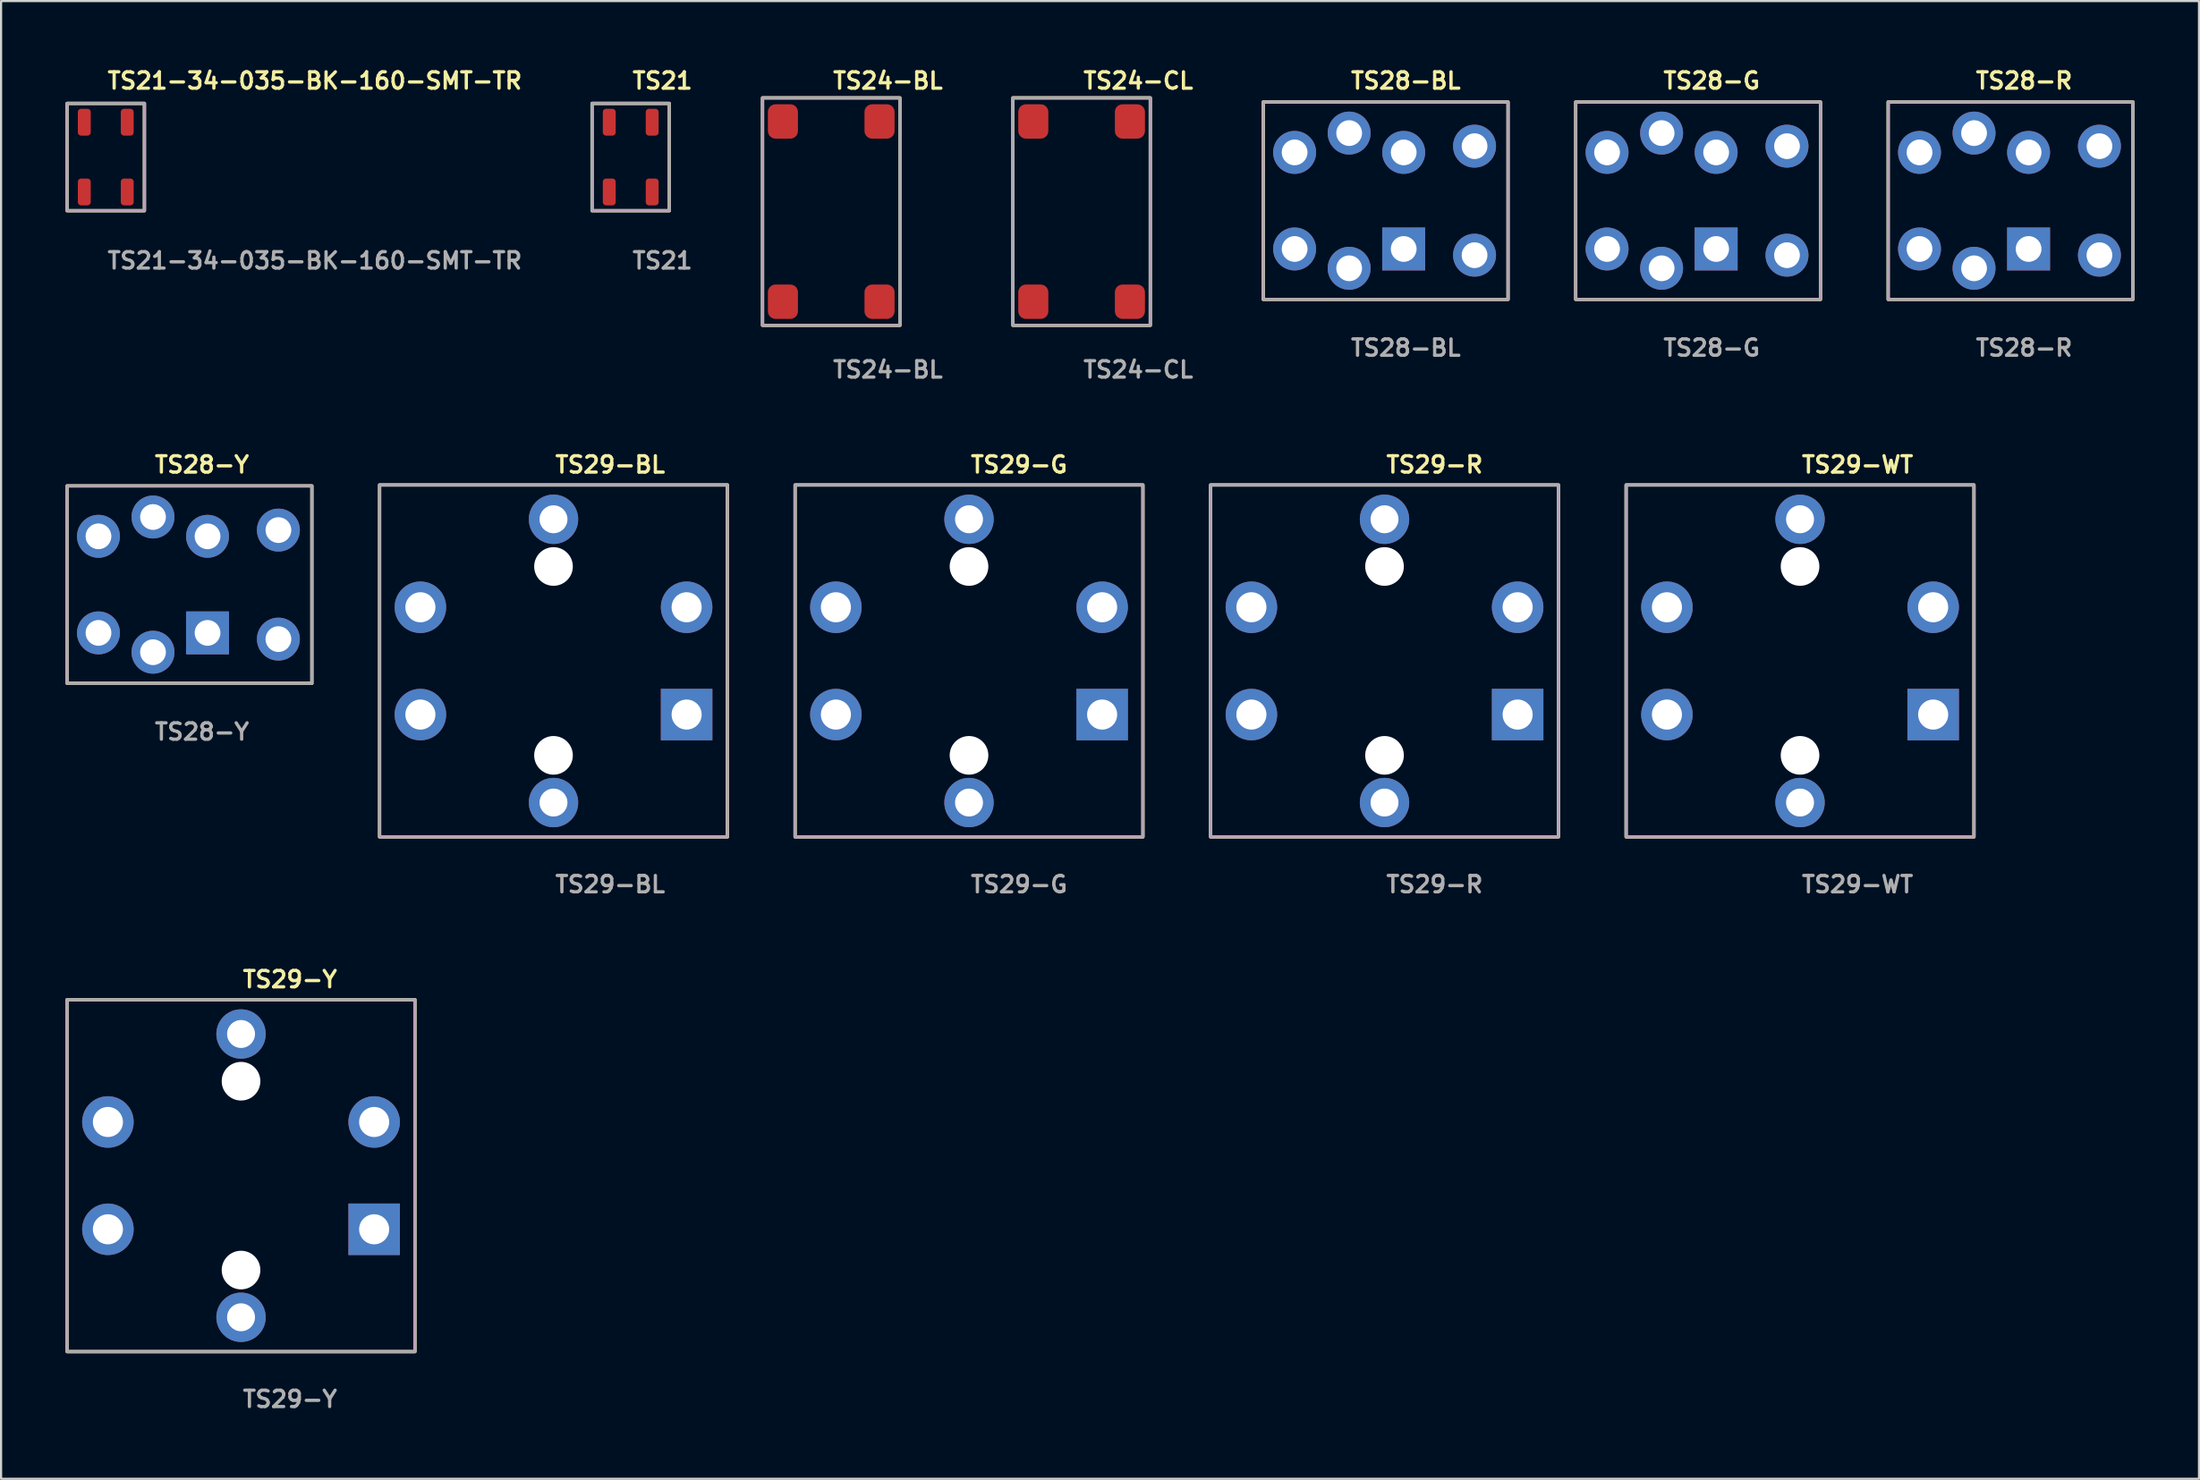
<source format=kicad_pcb>
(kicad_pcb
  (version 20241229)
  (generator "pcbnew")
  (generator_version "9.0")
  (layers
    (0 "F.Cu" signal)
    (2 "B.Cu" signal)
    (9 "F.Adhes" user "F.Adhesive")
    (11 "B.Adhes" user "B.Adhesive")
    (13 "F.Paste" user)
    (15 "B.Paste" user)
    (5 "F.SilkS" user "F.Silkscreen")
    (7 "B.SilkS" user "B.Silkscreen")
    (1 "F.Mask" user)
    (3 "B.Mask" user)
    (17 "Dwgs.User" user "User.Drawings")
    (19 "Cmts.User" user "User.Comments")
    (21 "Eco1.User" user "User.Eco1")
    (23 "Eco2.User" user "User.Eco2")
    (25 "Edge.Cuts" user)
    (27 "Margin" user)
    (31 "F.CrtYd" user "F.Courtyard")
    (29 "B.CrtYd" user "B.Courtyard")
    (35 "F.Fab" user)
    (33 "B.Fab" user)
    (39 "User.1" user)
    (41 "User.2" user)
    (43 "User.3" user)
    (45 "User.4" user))
  (footprint "TS28-G"
    (layer "F.Cu")
    (at 74.338 6.301)
    (property "Reference" "TS28-G" (at 0 -5.588 0) (unlocked yes) (layer "F.SilkS") (effects (font (size 0.762 0.762) (thickness 0.152)) (justify left)))
    (fp_rect (start -4 4.6) (end 7.4 -4.6) (stroke (width 0.152) (type solid)) (fill no) (layer "F.SilkS"))
    (fp_rect (start -4 4.6) (end 7.4 -4.6) (stroke (width 0.006) (type solid)) (fill no) (layer "F.CrtYd"))
    (fp_rect (start -4 4.6) (end 7.4 -4.6) (stroke (width 0.152) (type solid)) (fill no) (layer "F.Fab"))
    (fp_text user "${REFERENCE}" (at 0 6.858 0) (unlocked yes) (layer "F.Fab") (effects (font (size 0.762 0.762) (thickness 0.152)) (justify left)))
    (pad "1" thru_hole rect (at 2.54 2.25) (size 2 2) (drill 1.2) (layers "*.Cu" "*.Mask"))
    (pad "2" thru_hole circle (at -2.54 2.25) (size 2 2) (drill 1.2) (layers "*.Cu" "*.Mask"))
    (pad "3" thru_hole circle (at 2.54 -2.25) (size 2 2) (drill 1.2) (layers "*.Cu" "*.Mask"))
    (pad "4" thru_hole circle (at -2.54 -2.25) (size 2 2) (drill 1.2) (layers "*.Cu" "*.Mask"))
    (pad "5" thru_hole circle (at 0 3.15) (size 2 2) (drill 1.2) (layers "*.Cu" "*.Mask"))
    (pad "6" thru_hole circle (at 0 -3.15) (size 2 2) (drill 1.2) (layers "*.Cu" "*.Mask"))
    (pad "7" thru_hole circle (at 5.84 2.54) (size 2 2) (drill 1.2) (layers "*.Cu" "*.Mask"))
    (pad "8" thru_hole circle (at 5.84 -2.54) (size 2 2) (drill 1.2) (layers "*.Cu" "*.Mask")))
  (footprint "TS29-Y"
    (layer "F.Cu")
    (at 8.176 51.73)
    (property "Reference" "TS29-Y" (at 0 -9.144 0) (unlocked yes) (layer "F.SilkS") (effects (font (size 0.762 0.762) (thickness 0.152)) (justify left)))
    (fp_rect (start -8.1 8.2) (end 8.1 -8.2) (stroke (width 0.152) (type solid)) (fill no) (layer "F.SilkS"))
    (fp_rect (start -8.1 8.2) (end 8.1 -8.2) (stroke (width 0.006) (type solid)) (fill no) (layer "F.CrtYd"))
    (fp_rect (start -8.1 8.2) (end 8.1 -8.2) (stroke (width 0.152) (type solid)) (fill no) (layer "F.Fab"))
    (fp_text user "${REFERENCE}" (at 0 10.414 0) (unlocked yes) (layer "F.Fab") (effects (font (size 0.762 0.762) (thickness 0.152)) (justify left)))
    (pad "" np_thru_hole circle (at 0 -4.4) (size 1.8 1.8) (drill 1.8) (layers "*.Cu" "*.Mask"))
    (pad "" np_thru_hole circle (at 0 4.4) (size 1.8 1.8) (drill 1.8) (layers "*.Cu" "*.Mask"))
    (pad "1" thru_hole rect (at 6.2 2.5) (size 2.4 2.4) (drill 1.4) (layers "*.Cu" "*.Mask"))
    (pad "2" thru_hole circle (at -6.2 2.5) (size 2.4 2.4) (drill 1.4) (layers "*.Cu" "*.Mask"))
    (pad "3" thru_hole circle (at 6.2 -2.5) (size 2.4 2.4) (drill 1.4) (layers "*.Cu" "*.Mask"))
    (pad "4" thru_hole circle (at -6.2 -2.5) (size 2.4 2.4) (drill 1.4) (layers "*.Cu" "*.Mask"))
    (pad "5" thru_hole circle (at 0 6.6) (size 2.3 2.3) (drill 1.3) (layers "*.Cu" "*.Mask"))
    (pad "6" thru_hole circle (at 0 -6.6) (size 2.3 2.3) (drill 1.3) (layers "*.Cu" "*.Mask")))
  (footprint "TS28-BL"
    (layer "F.Cu")
    (at 59.786 6.301)
    (property "Reference" "TS28-BL" (at 0 -5.588 0) (unlocked yes) (layer "F.SilkS") (effects (font (size 0.762 0.762) (thickness 0.152)) (justify left)))
    (fp_rect (start -4 4.6) (end 7.4 -4.6) (stroke (width 0.152) (type solid)) (fill no) (layer "F.SilkS"))
    (fp_rect (start -4 4.6) (end 7.4 -4.6) (stroke (width 0.006) (type solid)) (fill no) (layer "F.CrtYd"))
    (fp_rect (start -4 4.6) (end 7.4 -4.6) (stroke (width 0.152) (type solid)) (fill no) (layer "F.Fab"))
    (fp_text user "${REFERENCE}" (at 0 6.858 0) (unlocked yes) (layer "F.Fab") (effects (font (size 0.762 0.762) (thickness 0.152)) (justify left)))
    (pad "1" thru_hole rect (at 2.54 2.25) (size 2 2) (drill 1.2) (layers "*.Cu" "*.Mask"))
    (pad "2" thru_hole circle (at -2.54 2.25) (size 2 2) (drill 1.2) (layers "*.Cu" "*.Mask"))
    (pad "3" thru_hole circle (at 2.54 -2.25) (size 2 2) (drill 1.2) (layers "*.Cu" "*.Mask"))
    (pad "4" thru_hole circle (at -2.54 -2.25) (size 2 2) (drill 1.2) (layers "*.Cu" "*.Mask"))
    (pad "5" thru_hole circle (at 0 3.15) (size 2 2) (drill 1.2) (layers "*.Cu" "*.Mask"))
    (pad "6" thru_hole circle (at 0 -3.15) (size 2 2) (drill 1.2) (layers "*.Cu" "*.Mask"))
    (pad "7" thru_hole circle (at 5.84 2.54) (size 2 2) (drill 1.2) (layers "*.Cu" "*.Mask"))
    (pad "8" thru_hole circle (at 5.84 -2.54) (size 2 2) (drill 1.2) (layers "*.Cu" "*.Mask")))
  (footprint "TS29-G"
    (layer "F.Cu")
    (at 42.081 27.746)
    (property "Reference" "TS29-G" (at 0 -9.144 0) (unlocked yes) (layer "F.SilkS") (effects (font (size 0.762 0.762) (thickness 0.152)) (justify left)))
    (fp_rect (start -8.1 8.2) (end 8.1 -8.2) (stroke (width 0.152) (type solid)) (fill no) (layer "F.SilkS"))
    (fp_rect (start -8.1 8.2) (end 8.1 -8.2) (stroke (width 0.006) (type solid)) (fill no) (layer "F.CrtYd"))
    (fp_rect (start -8.1 8.2) (end 8.1 -8.2) (stroke (width 0.152) (type solid)) (fill no) (layer "F.Fab"))
    (fp_text user "${REFERENCE}" (at 0 10.414 0) (unlocked yes) (layer "F.Fab") (effects (font (size 0.762 0.762) (thickness 0.152)) (justify left)))
    (pad "" np_thru_hole circle (at 0 -4.4) (size 1.8 1.8) (drill 1.8) (layers "*.Cu" "*.Mask"))
    (pad "" np_thru_hole circle (at 0 4.4) (size 1.8 1.8) (drill 1.8) (layers "*.Cu" "*.Mask"))
    (pad "1" thru_hole rect (at 6.2 2.5) (size 2.4 2.4) (drill 1.4) (layers "*.Cu" "*.Mask"))
    (pad "2" thru_hole circle (at -6.2 2.5) (size 2.4 2.4) (drill 1.4) (layers "*.Cu" "*.Mask"))
    (pad "3" thru_hole circle (at 6.2 -2.5) (size 2.4 2.4) (drill 1.4) (layers "*.Cu" "*.Mask"))
    (pad "4" thru_hole circle (at -6.2 -2.5) (size 2.4 2.4) (drill 1.4) (layers "*.Cu" "*.Mask"))
    (pad "5" thru_hole circle (at 0 6.6) (size 2.3 2.3) (drill 1.3) (layers "*.Cu" "*.Mask"))
    (pad "6" thru_hole circle (at 0 -6.6) (size 2.3 2.3) (drill 1.3) (layers "*.Cu" "*.Mask")))
  (footprint "TS29-WT"
    (layer "F.Cu")
    (at 80.786 27.746)
    (property "Reference" "TS29-WT" (at 0 -9.144 0) (unlocked yes) (layer "F.SilkS") (effects (font (size 0.762 0.762) (thickness 0.152)) (justify left)))
    (fp_rect (start -8.1 8.2) (end 8.1 -8.2) (stroke (width 0.152) (type solid)) (fill no) (layer "F.SilkS"))
    (fp_rect (start -8.1 8.2) (end 8.1 -8.2) (stroke (width 0.006) (type solid)) (fill no) (layer "F.CrtYd"))
    (fp_rect (start -8.1 8.2) (end 8.1 -8.2) (stroke (width 0.152) (type solid)) (fill no) (layer "F.Fab"))
    (fp_text user "${REFERENCE}" (at 0 10.414 0) (unlocked yes) (layer "F.Fab") (effects (font (size 0.762 0.762) (thickness 0.152)) (justify left)))
    (pad "" np_thru_hole circle (at 0 -4.4) (size 1.8 1.8) (drill 1.8) (layers "*.Cu" "*.Mask"))
    (pad "" np_thru_hole circle (at 0 4.4) (size 1.8 1.8) (drill 1.8) (layers "*.Cu" "*.Mask"))
    (pad "1" thru_hole rect (at 6.2 2.5) (size 2.4 2.4) (drill 1.4) (layers "*.Cu" "*.Mask"))
    (pad "2" thru_hole circle (at -6.2 2.5) (size 2.4 2.4) (drill 1.4) (layers "*.Cu" "*.Mask"))
    (pad "3" thru_hole circle (at 6.2 -2.5) (size 2.4 2.4) (drill 1.4) (layers "*.Cu" "*.Mask"))
    (pad "4" thru_hole circle (at -6.2 -2.5) (size 2.4 2.4) (drill 1.4) (layers "*.Cu" "*.Mask"))
    (pad "5" thru_hole circle (at 0 6.6) (size 2.3 2.3) (drill 1.3) (layers "*.Cu" "*.Mask"))
    (pad "6" thru_hole circle (at 0 -6.6) (size 2.3 2.3) (drill 1.3) (layers "*.Cu" "*.Mask")))
  (footprint "TS28-R"
    (layer "F.Cu")
    (at 88.89 6.301)
    (property "Reference" "TS28-R" (at 0 -5.588 0) (unlocked yes) (layer "F.SilkS") (effects (font (size 0.762 0.762) (thickness 0.152)) (justify left)))
    (fp_rect (start -4 4.6) (end 7.4 -4.6) (stroke (width 0.152) (type solid)) (fill no) (layer "F.SilkS"))
    (fp_rect (start -4 4.6) (end 7.4 -4.6) (stroke (width 0.006) (type solid)) (fill no) (layer "F.CrtYd"))
    (fp_rect (start -4 4.6) (end 7.4 -4.6) (stroke (width 0.152) (type solid)) (fill no) (layer "F.Fab"))
    (fp_text user "${REFERENCE}" (at 0 6.858 0) (unlocked yes) (layer "F.Fab") (effects (font (size 0.762 0.762) (thickness 0.152)) (justify left)))
    (pad "1" thru_hole rect (at 2.54 2.25) (size 2 2) (drill 1.2) (layers "*.Cu" "*.Mask"))
    (pad "2" thru_hole circle (at -2.54 2.25) (size 2 2) (drill 1.2) (layers "*.Cu" "*.Mask"))
    (pad "3" thru_hole circle (at 2.54 -2.25) (size 2 2) (drill 1.2) (layers "*.Cu" "*.Mask"))
    (pad "4" thru_hole circle (at -2.54 -2.25) (size 2 2) (drill 1.2) (layers "*.Cu" "*.Mask"))
    (pad "5" thru_hole circle (at 0 3.15) (size 2 2) (drill 1.2) (layers "*.Cu" "*.Mask"))
    (pad "6" thru_hole circle (at 0 -3.15) (size 2 2) (drill 1.2) (layers "*.Cu" "*.Mask"))
    (pad "7" thru_hole circle (at 5.84 2.54) (size 2 2) (drill 1.2) (layers "*.Cu" "*.Mask"))
    (pad "8" thru_hole circle (at 5.84 -2.54) (size 2 2) (drill 1.2) (layers "*.Cu" "*.Mask")))
  (footprint "TS29-BL"
    (layer "F.Cu")
    (at 22.729 27.746)
    (property "Reference" "TS29-BL" (at 0 -9.144 0) (unlocked yes) (layer "F.SilkS") (effects (font (size 0.762 0.762) (thickness 0.152)) (justify left)))
    (fp_rect (start -8.1 8.2) (end 8.1 -8.2) (stroke (width 0.152) (type solid)) (fill no) (layer "F.SilkS"))
    (fp_rect (start -8.1 8.2) (end 8.1 -8.2) (stroke (width 0.006) (type solid)) (fill no) (layer "F.CrtYd"))
    (fp_rect (start -8.1 8.2) (end 8.1 -8.2) (stroke (width 0.152) (type solid)) (fill no) (layer "F.Fab"))
    (fp_text user "${REFERENCE}" (at 0 10.414 0) (unlocked yes) (layer "F.Fab") (effects (font (size 0.762 0.762) (thickness 0.152)) (justify left)))
    (pad "" np_thru_hole circle (at 0 -4.4) (size 1.8 1.8) (drill 1.8) (layers "*.Cu" "*.Mask"))
    (pad "" np_thru_hole circle (at 0 4.4) (size 1.8 1.8) (drill 1.8) (layers "*.Cu" "*.Mask"))
    (pad "1" thru_hole rect (at 6.2 2.5) (size 2.4 2.4) (drill 1.4) (layers "*.Cu" "*.Mask"))
    (pad "2" thru_hole circle (at -6.2 2.5) (size 2.4 2.4) (drill 1.4) (layers "*.Cu" "*.Mask"))
    (pad "3" thru_hole circle (at 6.2 -2.5) (size 2.4 2.4) (drill 1.4) (layers "*.Cu" "*.Mask"))
    (pad "4" thru_hole circle (at -6.2 -2.5) (size 2.4 2.4) (drill 1.4) (layers "*.Cu" "*.Mask"))
    (pad "5" thru_hole circle (at 0 6.6) (size 2.3 2.3) (drill 1.3) (layers "*.Cu" "*.Mask"))
    (pad "6" thru_hole circle (at 0 -6.6) (size 2.3 2.3) (drill 1.3) (layers "*.Cu" "*.Mask")))
  (footprint "TS29-R"
    (layer "F.Cu")
    (at 61.433 27.746)
    (property "Reference" "TS29-R" (at 0 -9.144 0) (unlocked yes) (layer "F.SilkS") (effects (font (size 0.762 0.762) (thickness 0.152)) (justify left)))
    (fp_rect (start -8.1 8.2) (end 8.1 -8.2) (stroke (width 0.152) (type solid)) (fill no) (layer "F.SilkS"))
    (fp_rect (start -8.1 8.2) (end 8.1 -8.2) (stroke (width 0.006) (type solid)) (fill no) (layer "F.CrtYd"))
    (fp_rect (start -8.1 8.2) (end 8.1 -8.2) (stroke (width 0.152) (type solid)) (fill no) (layer "F.Fab"))
    (fp_text user "${REFERENCE}" (at 0 10.414 0) (unlocked yes) (layer "F.Fab") (effects (font (size 0.762 0.762) (thickness 0.152)) (justify left)))
    (pad "" np_thru_hole circle (at 0 -4.4) (size 1.8 1.8) (drill 1.8) (layers "*.Cu" "*.Mask"))
    (pad "" np_thru_hole circle (at 0 4.4) (size 1.8 1.8) (drill 1.8) (layers "*.Cu" "*.Mask"))
    (pad "1" thru_hole rect (at 6.2 2.5) (size 2.4 2.4) (drill 1.4) (layers "*.Cu" "*.Mask"))
    (pad "2" thru_hole circle (at -6.2 2.5) (size 2.4 2.4) (drill 1.4) (layers "*.Cu" "*.Mask"))
    (pad "3" thru_hole circle (at 6.2 -2.5) (size 2.4 2.4) (drill 1.4) (layers "*.Cu" "*.Mask"))
    (pad "4" thru_hole circle (at -6.2 -2.5) (size 2.4 2.4) (drill 1.4) (layers "*.Cu" "*.Mask"))
    (pad "5" thru_hole circle (at 0 6.6) (size 2.3 2.3) (drill 1.3) (layers "*.Cu" "*.Mask"))
    (pad "6" thru_hole circle (at 0 -6.6) (size 2.3 2.3) (drill 1.3) (layers "*.Cu" "*.Mask")))
  (footprint "TS24-CL"
    (layer "F.Cu")
    (at 47.325 6.809)
    (property "Reference" "TS24-CL" (at 0 -6.096 0) (unlocked yes) (layer "F.SilkS") (effects (font (size 0.762 0.762) (thickness 0.152)) (justify left)))
    (fp_rect (start -3.2 5.3) (end 3.2 -5.3) (stroke (width 0.152) (type solid)) (fill no) (layer "F.SilkS"))
    (fp_rect (start -3.2 5.3) (end 3.2 -5.3) (stroke (width 0.006) (type solid)) (fill no) (layer "F.CrtYd"))
    (fp_rect (start -3.2 5.3) (end 3.2 -5.3) (stroke (width 0.152) (type solid)) (fill no) (layer "F.Fab"))
    (fp_text user "${REFERENCE}" (at 0 7.366 0) (unlocked yes) (layer "F.Fab") (effects (font (size 0.762 0.762) (thickness 0.152)) (justify left)))
    (pad "1" smd roundrect (at -2.25 4.2) (size 1.4 1.6) (layers "F.Cu" "F.Paste") (roundrect_rratio 0.25))
    (pad "2" smd roundrect (at -2.25 -4.2) (size 1.4 1.6) (layers "F.Cu" "F.Paste") (roundrect_rratio 0.25))
    (pad "3" smd roundrect (at 2.25 4.2) (size 1.4 1.6) (layers "F.Cu" "F.Paste") (roundrect_rratio 0.25))
    (pad "4" smd roundrect (at 2.25 -4.2) (size 1.4 1.6) (layers "F.Cu" "F.Paste") (roundrect_rratio 0.25)))
  (footprint "TS28-Y"
    (layer "F.Cu")
    (at 4.076 24.19)
    (property "Reference" "TS28-Y" (at 0 -5.588 0) (unlocked yes) (layer "F.SilkS") (effects (font (size 0.762 0.762) (thickness 0.152)) (justify left)))
    (fp_rect (start -4 4.6) (end 7.4 -4.6) (stroke (width 0.152) (type solid)) (fill no) (layer "F.SilkS"))
    (fp_rect (start -4 4.6) (end 7.4 -4.6) (stroke (width 0.006) (type solid)) (fill no) (layer "F.CrtYd"))
    (fp_rect (start -4 4.6) (end 7.4 -4.6) (stroke (width 0.152) (type solid)) (fill no) (layer "F.Fab"))
    (fp_text user "${REFERENCE}" (at 0 6.858 0) (unlocked yes) (layer "F.Fab") (effects (font (size 0.762 0.762) (thickness 0.152)) (justify left)))
    (pad "1" thru_hole rect (at 2.54 2.25) (size 2 2) (drill 1.2) (layers "*.Cu" "*.Mask"))
    (pad "2" thru_hole circle (at -2.54 2.25) (size 2 2) (drill 1.2) (layers "*.Cu" "*.Mask"))
    (pad "3" thru_hole circle (at 2.54 -2.25) (size 2 2) (drill 1.2) (layers "*.Cu" "*.Mask"))
    (pad "4" thru_hole circle (at -2.54 -2.25) (size 2 2) (drill 1.2) (layers "*.Cu" "*.Mask"))
    (pad "5" thru_hole circle (at 0 3.15) (size 2 2) (drill 1.2) (layers "*.Cu" "*.Mask"))
    (pad "6" thru_hole circle (at 0 -3.15) (size 2 2) (drill 1.2) (layers "*.Cu" "*.Mask"))
    (pad "7" thru_hole circle (at 5.84 2.54) (size 2 2) (drill 1.2) (layers "*.Cu" "*.Mask"))
    (pad "8" thru_hole circle (at 5.84 -2.54) (size 2 2) (drill 1.2) (layers "*.Cu" "*.Mask")))
  (footprint "TS21-34-035-BK-160-SMT-TR"
    (layer "F.Cu")
    (at 1.876 4.269)
    (property "Reference" "TS21-34-035-BK-160-SMT-TR" (at 0 -3.556 0) (unlocked yes) (layer "F.SilkS") (effects (font (size 0.762 0.762) (thickness 0.152)) (justify left)))
    (fp_rect (start -1.8 2.5) (end 1.8 -2.5) (stroke (width 0.152) (type solid)) (fill no) (layer "F.SilkS"))
    (fp_rect (start -1.8 2.5) (end 1.8 -2.5) (stroke (width 0.006) (type solid)) (fill no) (layer "F.CrtYd"))
    (fp_rect (start -1.8 2.5) (end 1.8 -2.5) (stroke (width 0.152) (type solid)) (fill no) (layer "F.Fab"))
    (fp_text user "${REFERENCE}" (at 0 4.826 0) (unlocked yes) (layer "F.Fab") (effects (font (size 0.762 0.762) (thickness 0.152)) (justify left)))
    (pad "1" smd roundrect (at -1 1.625) (size 0.6 1.25) (layers "F.Cu" "F.Paste") (roundrect_rratio 0.25))
    (pad "2" smd roundrect (at -1 -1.625) (size 0.6 1.25) (layers "F.Cu" "F.Paste") (roundrect_rratio 0.25))
    (pad "3" smd roundrect (at 1 1.625) (size 0.6 1.25) (layers "F.Cu" "F.Paste") (roundrect_rratio 0.25))
    (pad "4" smd roundrect (at 1 -1.625) (size 0.6 1.25) (layers "F.Cu" "F.Paste") (roundrect_rratio 0.25)))
  (footprint "TS24-BL"
    (layer "F.Cu")
    (at 35.664 6.809)
    (property "Reference" "TS24-BL" (at 0 -6.096 0) (unlocked yes) (layer "F.SilkS") (effects (font (size 0.762 0.762) (thickness 0.152)) (justify left)))
    (fp_rect (start -3.2 5.3) (end 3.2 -5.3) (stroke (width 0.152) (type solid)) (fill no) (layer "F.SilkS"))
    (fp_rect (start -3.2 5.3) (end 3.2 -5.3) (stroke (width 0.006) (type solid)) (fill no) (layer "F.CrtYd"))
    (fp_rect (start -3.2 5.3) (end 3.2 -5.3) (stroke (width 0.152) (type solid)) (fill no) (layer "F.Fab"))
    (fp_text user "${REFERENCE}" (at 0 7.366 0) (unlocked yes) (layer "F.Fab") (effects (font (size 0.762 0.762) (thickness 0.152)) (justify left)))
    (pad "1" smd roundrect (at -2.25 4.2) (size 1.4 1.6) (layers "F.Cu" "F.Paste") (roundrect_rratio 0.25))
    (pad "2" smd roundrect (at -2.25 -4.2) (size 1.4 1.6) (layers "F.Cu" "F.Paste") (roundrect_rratio 0.25))
    (pad "3" smd roundrect (at 2.25 4.2) (size 1.4 1.6) (layers "F.Cu" "F.Paste") (roundrect_rratio 0.25))
    (pad "4" smd roundrect (at 2.25 -4.2) (size 1.4 1.6) (layers "F.Cu" "F.Paste") (roundrect_rratio 0.25)))
  (footprint "TS21"
    (layer "F.Cu")
    (at 26.325 4.269)
    (property "Reference" "TS21" (at 0 -3.556 0) (unlocked yes) (layer "F.SilkS") (effects (font (size 0.762 0.762) (thickness 0.152)) (justify left)))
    (fp_rect (start -1.8 2.5) (end 1.8 -2.5) (stroke (width 0.152) (type solid)) (fill no) (layer "F.SilkS"))
    (fp_rect (start -1.8 2.5) (end 1.8 -2.5) (stroke (width 0.006) (type solid)) (fill no) (layer "F.CrtYd"))
    (fp_rect (start -1.8 2.5) (end 1.8 -2.5) (stroke (width 0.152) (type solid)) (fill no) (layer "F.Fab"))
    (fp_text user "${REFERENCE}" (at 0 4.826 0) (unlocked yes) (layer "F.Fab") (effects (font (size 0.762 0.762) (thickness 0.152)) (justify left)))
    (pad "1" smd roundrect (at -1 1.625) (size 0.6 1.25) (layers "F.Cu" "F.Paste") (roundrect_rratio 0.25))
    (pad "2" smd roundrect (at -1 -1.625) (size 0.6 1.25) (layers "F.Cu" "F.Paste") (roundrect_rratio 0.25))
    (pad "3" smd roundrect (at 1 1.625) (size 0.6 1.25) (layers "F.Cu" "F.Paste") (roundrect_rratio 0.25))
    (pad "4" smd roundrect (at 1 -1.625) (size 0.6 1.25) (layers "F.Cu" "F.Paste") (roundrect_rratio 0.25)))
  (gr_rect
    (start -3 -3)
    (end 99.367 65.857)
    (stroke (width 0.1) (type default))
    (fill no)
    (layer "Edge.Cuts")))
</source>
